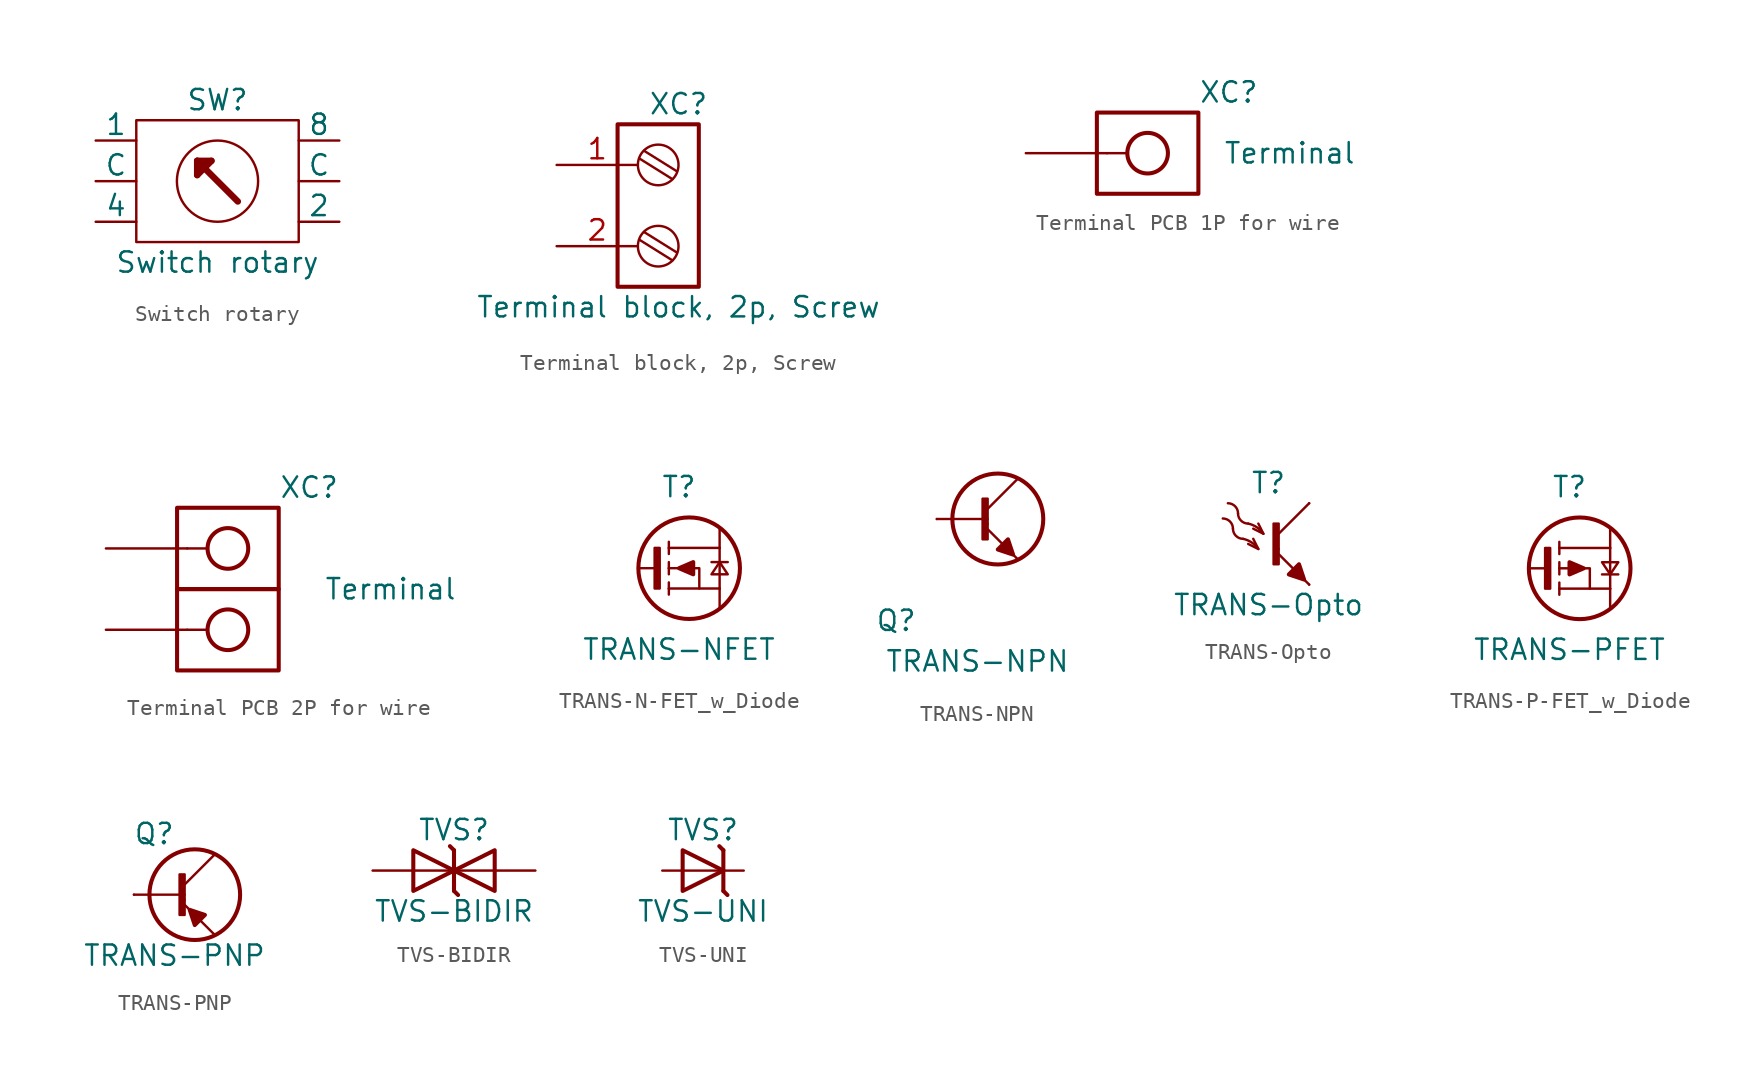
<source format=kicad_sym>
(kicad_symbol_lib
  (version 20241209)
  (generator "kicad_symbol_editor")
  (generator_version "9.0")
  (symbol "Switch rotary"
    (pin_numbers
      (hide yes))
    (pin_names
      (offset 0))
    (property "Reference" "SW"
      (at 0 5.08 0)
      (effects (font (size 1.27 1.27))))
    (property "Value" "Switch rotary"
      (at 0 -5.08 0)
      (effects (font (size 1.27 1.27))))
    (symbol "Switch rotary_0_1"
      (polyline (pts (xy -5.08 3.81) (xy -5.08 -3.81) (xy 5.08 -3.81) (xy 5.08 3.81) (xy -5.08 3.81)) (stroke (width 0) (type default)) (fill (type none)))
      (circle (center 0 0) (radius 2.54) (stroke (width 0) (type default)) (fill (type none))))
    (symbol "Switch rotary_1_1"
      (polyline (pts (xy -1.27 1.27) (xy -1.27 0.381)) (stroke (width 0.406) (type default)) (fill (type none)))
      (polyline (pts (xy -1.27 1.27) (xy -0.381 1.27)) (stroke (width 0.406) (type default)) (fill (type none)))
      (polyline (pts (xy -1.27 1.27) (xy 1.27 -1.27)) (stroke (width 0.406) (type default)) (fill (type none)))
      (polyline (pts (xy -1.27 0.381) (xy -0.381 1.27)) (stroke (width 0.406) (type default)) (fill (type none)))
      (pin passive line (at -7.62 2.54 0) (length 2.54) (name "1" (effects (font (size 1.27 1.27)))) (number "1" (effects (font (size 1.27 1.27)))))
      (pin passive line (at -7.62 0 0) (length 2.54) (name "C" (effects (font (size 1.27 1.27)))) (number "C" (effects (font (size 1.27 1.27)))))
      (pin passive line (at -7.62 -2.54 0) (length 2.54) (name "4" (effects (font (size 1.27 1.27)))) (number "4" (effects (font (size 1.27 1.27)))))
      (pin passive line (at 7.62 2.54 180) (length 2.54) (name "8" (effects (font (size 1.27 1.27)))) (number "8" (effects (font (size 1.27 1.27)))))
      (pin passive line (at 7.62 0 180) (length 2.54) (name "C" (effects (font (size 1.27 1.27)))) (number "C" (effects (font (size 1.27 1.27)))))
      (pin passive line (at 7.62 -2.54 180) (length 2.54) (name "2" (effects (font (size 1.27 1.27)))) (number "2" (effects (font (size 1.27 1.27)))))))
  (symbol "Terminal block, 2p, Screw"
    (pin_names
      (offset 1.016)
      (hide yes))
    (property "Reference" "XC"
      (at 0 6.35 0)
      (effects (font (size 1.27 1.27))))
    (property "Value" "Terminal block, 2p, Screw"
      (at 0 -6.35 0)
      (effects (font (size 1.27 1.27))))
    (symbol "Terminal block, 2p, Screw_0_1"
      (polyline (pts (xy -2.413 2.921) (xy -0.381 1.651)) (stroke (width 0) (type default)) (fill (type none)))
      (polyline (pts (xy -2.413 -2.159) (xy -0.381 -3.429)) (stroke (width 0) (type default)) (fill (type none)))
      (polyline (pts (xy -2.159 3.429) (xy -0.127 2.159)) (stroke (width 0) (type default)) (fill (type none)))
      (polyline (pts (xy -2.159 -1.651) (xy -0.127 -2.921)) (stroke (width 0) (type default)) (fill (type none)))
      (circle (center -1.27 2.54) (radius 1.27) (stroke (width 0) (type default)) (fill (type none)))
      (circle (center -1.27 -2.54) (radius 1.27) (stroke (width 0) (type default)) (fill (type none))))
    (symbol "Terminal block, 2p, Screw_1_1"
      (rectangle (start -3.81 5.08) (end 1.27 -5.08) (stroke (width 0.254) (type default)) (fill (type none)))
      (pin passive line (at -7.62 2.54 0) (length 5.08) (name "1" (effects (font (size 1.27 1.27)))) (number "1" (effects (font (size 1.27 1.27)))))
      (pin passive line (at -7.62 -2.54 0) (length 5.08) (name "2" (effects (font (size 1.27 1.27)))) (number "2" (effects (font (size 1.27 1.27)))))))
  (symbol "Terminal PCB 1P for wire"
    (pin_numbers
      (hide yes))
    (pin_names
      (offset 1.016)
      (hide yes))
    (property "Reference" "XC"
      (at 5.08 3.81 0)
      (effects (font (size 1.27 1.27))))
    (property "Value" "Terminal"
      (at 8.89 0 0)
      (effects (font (size 1.27 1.27))))
    (symbol "Terminal PCB 1P for wire_1_0"
      (polyline (pts (xy -2.54 0) (xy -1.27 0)) (stroke (width 0) (type default)) (fill (type none))))
    (symbol "Terminal PCB 1P for wire_1_1"
      (rectangle (start -3.175 2.54) (end 3.175 -2.54) (stroke (width 0.254) (type default)) (fill (type none)))
      (circle (center 0 0) (radius 1.27) (stroke (width 0.254) (type default)) (fill (type none)))
      (pin passive line (at -7.62 0 0) (length 5.08) (name "1" (effects (font (size 1.27 1.27)))) (number "1" (effects (font (size 1.27 1.27)))))))
  (symbol "Terminal PCB 2P for wire"
    (pin_numbers
      (hide yes))
    (pin_names
      (offset 1.016)
      (hide yes))
    (property "Reference" "XC"
      (at 5.08 6.35 0)
      (effects (font (size 1.27 1.27))))
    (property "Value" "Terminal"
      (at 10.16 0 0)
      (effects (font (size 1.27 1.27))))
    (symbol "Terminal PCB 2P for wire_1_0"
      (polyline (pts (xy -2.54 2.54) (xy -1.27 2.54)) (stroke (width 0) (type default)) (fill (type none)))
      (polyline (pts (xy -2.54 -2.54) (xy -1.27 -2.54)) (stroke (width 0) (type default)) (fill (type none))))
    (symbol "Terminal PCB 2P for wire_1_1"
      (rectangle (start -3.175 5.08) (end 3.175 0) (stroke (width 0.254) (type default)) (fill (type none)))
      (rectangle (start -3.175 0) (end 3.175 -5.08) (stroke (width 0.254) (type default)) (fill (type none)))
      (circle (center 0 2.54) (radius 1.27) (stroke (width 0.254) (type default)) (fill (type none)))
      (circle (center 0 -2.54) (radius 1.27) (stroke (width 0.254) (type default)) (fill (type none)))
      (pin passive line (at -7.62 2.54 0) (length 5.08) (name "1" (effects (font (size 1.27 1.27)))) (number "1" (effects (font (size 1.27 1.27)))))
      (pin passive line (at -7.62 -2.54 0) (length 5.08) (name "2" (effects (font (size 1.27 1.27)))) (number "2" (effects (font (size 1.27 1.27)))))))
  (symbol "TRANS-N-FET_w_Diode"
    (pin_numbers
      (hide yes))
    (pin_names
      (offset 1.016)
      (hide yes))
    (property "Reference" "T"
      (at 0 5.08 0)
      (effects (font (size 1.27 1.27))))
    (property "Value" "TRANS-NFET"
      (at 0 -5.08 0)
      (effects (font (size 1.27 1.27))))
    (symbol "TRANS-N-FET_w_Diode_0_0"
      (polyline (pts (xy -0.635 1.27) (xy -0.635 1.651)) (stroke (width 0) (type solid)) (fill (type none)))
      (polyline (pts (xy -0.635 1.27) (xy -0.635 0.889)) (stroke (width 0) (type solid)) (fill (type none)))
      (polyline (pts (xy -0.635 0) (xy -0.635 0.381)) (stroke (width 0) (type solid)) (fill (type none)))
      (polyline (pts (xy -0.635 0) (xy -0.635 -0.381)) (stroke (width 0) (type solid)) (fill (type none)))
      (polyline (pts (xy -0.635 0) (xy -0.127 0) (xy 0.635 0) (xy 1.27 0) (xy 1.27 -1.27)) (stroke (width 0) (type solid)) (fill (type none)))
      (polyline (pts (xy -0.635 -1.27) (xy -0.635 -0.889)) (stroke (width 0) (type solid)) (fill (type none)))
      (polyline (pts (xy -0.635 -1.27) (xy -0.635 -1.651)) (stroke (width 0) (type solid)) (fill (type none)))
      (polyline (pts (xy 2.032 0.381) (xy 3.048 0.381)) (stroke (width 0) (type solid)) (fill (type none)))
      (polyline (pts (xy 2.032 -0.381) (xy 3.048 -0.381) (xy 2.54 0.381) (xy 2.032 -0.381)) (stroke (width 0) (type solid)) (fill (type none)))
      (polyline (pts (xy 2.54 1.27) (xy -0.635 1.27)) (stroke (width 0) (type solid)) (fill (type none)))
      (polyline (pts (xy 2.54 1.27) (xy 2.54 2.54)) (stroke (width 0) (type solid)) (fill (type none)))
      (polyline (pts (xy 2.54 1.27) (xy 2.54 -1.27)) (stroke (width 0) (type solid)) (fill (type none)))
      (polyline (pts (xy 2.54 -1.27) (xy -0.635 -1.27)) (stroke (width 0) (type solid)) (fill (type none)))
      (polyline (pts (xy 2.54 -2.54) (xy 2.54 -1.27)) (stroke (width 0) (type solid)) (fill (type none))))
    (symbol "TRANS-N-FET_w_Diode_0_1"
      (polyline (pts (xy -2.54 0) (xy -1.27 0)) (stroke (width 0) (type default)) (fill (type none)))
      (rectangle (start -1.524 1.27) (end -1.206 -1.27) (stroke (width 0) (type default)) (fill (type outline)))
      (polyline (pts (xy 0 0) (xy 0.889 -0.381) (xy 0.889 0.381) (xy 0 0)) (stroke (width 0.254) (type default)) (fill (type outline))))
    (symbol "TRANS-N-FET_w_Diode_1_0"
      (circle (center 0.635 0) (radius 3.175) (stroke (width 0.254) (type solid)) (fill (type none))))
    (symbol "TRANS-N-FET_w_Diode_1_1"
      (pin passive line (at -2.54 0 0) (length 0) (name "G" (effects (font (size 1.27 1.27)))) (number "G" (effects (font (size 1.27 1.27)))))
      (pin passive line (at 2.54 2.54 180) (length 0) (name "D" (effects (font (size 1.27 1.27)))) (number "D" (effects (font (size 1.27 1.27)))))
      (pin passive line (at 2.54 -2.54 180) (length 0) (name "S" (effects (font (size 1.27 1.27)))) (number "S" (effects (font (size 1.27 1.27)))))))
  (symbol "TRANS-NPN"
    (pin_numbers
      (hide yes))
    (pin_names
      (offset 1.016)
      (hide yes))
    (property "Reference" "Q"
      (at -5.08 -6.35 0)
      (effects (font (size 1.27 1.27))))
    (property "Value" "TRANS-NPN"
      (at 0 -8.89 0)
      (effects (font (size 1.27 1.27))))
    (symbol "TRANS-NPN_0_1"
      (polyline (pts (xy -2.54 0) (xy 0.635 0)) (stroke (width 0) (type default)) (fill (type none)))
      (rectangle (start 0.318 1.27) (end 0.635 -1.27) (stroke (width 0) (type default)) (fill (type outline)))
      (rectangle (start 0.635 -0.318) (end 0.635 -0.318) (stroke (width 0) (type default)) (fill (type none)))
      (polyline (pts (xy 0.635 -0.635) (xy 2.54 -2.54)) (stroke (width 0) (type default)) (fill (type none)))
      (polyline (pts (xy 2.223 -2.223) (xy 1.905 -1.27) (xy 1.27 -1.905) (xy 2.223 -2.223)) (stroke (width 0.254) (type default)) (fill (type outline)))
      (polyline (pts (xy 2.54 2.54) (xy 0.635 0.635)) (stroke (width 0) (type default)) (fill (type none))))
    (symbol "TRANS-NPN_1_0"
      (circle (center 1.27 0) (radius 2.84) (stroke (width 0.254) (type solid)) (fill (type none))))
    (symbol "TRANS-NPN_1_1"
      (pin passive line (at -2.54 0 0) (length 0) (name "B" (effects (font (size 1.27 1.27)))) (number "B" (effects (font (size 1.27 1.27)))))
      (pin passive line (at 2.54 2.54 180) (length 0) (name "C" (effects (font (size 1.27 1.27)))) (number "C" (effects (font (size 1.27 1.27)))))
      (pin passive line (at 2.54 -2.54 180) (length 0) (name "E" (effects (font (size 1.27 1.27)))) (number "E" (effects (font (size 1.27 1.27)))))))
  (symbol "TRANS-Opto"
    (pin_numbers
      (hide yes))
    (pin_names
      (offset 1.016)
      (hide yes))
    (property "Reference" "T"
      (at 0 3.81 0)
      (effects (font (size 1.27 1.27))))
    (property "Value" "TRANS-Opto"
      (at 0 -3.81 0)
      (effects (font (size 1.27 1.27))))
    (symbol "TRANS-Opto_0_1"
      (arc (start -2.8554 1.5896) (mid -2.407 1.403) (end -2.2204 0.9546) (stroke (width 0) (type default)) (fill (type none)))
      (arc (start -2.5379 2.5421) (mid -2.0895 2.3555) (end -1.9029 1.9071) (stroke (width 0) (type default)) (fill (type none)))
      (arc (start -1.5875 0.3175) (mid -1.0507 0.0909) (end -0.635 -0.3175) (stroke (width 0) (type default)) (fill (type none)))
      (arc (start -1.27 1.27) (mid -0.7332 1.0434) (end -0.3175 0.635) (stroke (width 0) (type default)) (fill (type none)))
      (arc (start -1.5875 0.3175) (mid -2.0359 0.5041) (end -2.2225 0.9525) (stroke (width 0) (type default)) (fill (type none)))
      (polyline (pts (xy -1.27 0) (xy -0.635 -0.318) (xy -0.953 0.318)) (stroke (width 0) (type default)) (fill (type none)))
      (arc (start -1.27 1.27) (mid -1.7184 1.4566) (end -1.905 1.905) (stroke (width 0) (type default)) (fill (type none)))
      (polyline (pts (xy -0.953 0.953) (xy -0.318 0.635) (xy -0.635 1.27)) (stroke (width 0) (type default)) (fill (type none)))
      (rectangle (start 0.318 1.27) (end 0.635 -1.27) (stroke (width 0) (type default)) (fill (type outline)))
      (rectangle (start 0.635 -0.318) (end 0.635 -0.318) (stroke (width 0) (type default)) (fill (type none)))
      (polyline (pts (xy 0.635 -0.635) (xy 2.54 -2.54)) (stroke (width 0) (type default)) (fill (type none)))
      (polyline (pts (xy 2.223 -2.223) (xy 1.905 -1.27) (xy 1.27 -1.905) (xy 2.223 -2.223)) (stroke (width 0.254) (type default)) (fill (type outline)))
      (polyline (pts (xy 2.54 2.54) (xy 0.635 0.635)) (stroke (width 0) (type default)) (fill (type none))))
    (symbol "TRANS-Opto_1_1"
      (pin passive line (at 2.54 2.54 180) (length 0) (name "C" (effects (font (size 1.27 1.27)))) (number "4" (effects (font (size 1.27 1.27)))))
      (pin passive line (at 2.54 -2.54 180) (length 0) (name "E" (effects (font (size 1.27 1.27)))) (number "1" (effects (font (size 1.27 1.27)))))))
  (symbol "TRANS-P-FET_w_Diode"
    (pin_numbers
      (hide yes))
    (pin_names
      (offset 1.016)
      (hide yes))
    (property "Reference" "T"
      (at 0 5.08 0)
      (effects (font (size 1.27 1.27))))
    (property "Value" "TRANS-PFET"
      (at 0 -5.08 0)
      (effects (font (size 1.27 1.27))))
    (symbol "TRANS-P-FET_w_Diode_0_0"
      (polyline (pts (xy -0.635 1.27) (xy -0.635 1.651)) (stroke (width 0) (type solid)) (fill (type none)))
      (polyline (pts (xy -0.635 1.27) (xy -0.635 0.889)) (stroke (width 0) (type solid)) (fill (type none)))
      (polyline (pts (xy -0.635 0) (xy -0.635 0.381)) (stroke (width 0) (type solid)) (fill (type none)))
      (polyline (pts (xy -0.635 0) (xy -0.635 -0.381)) (stroke (width 0) (type solid)) (fill (type none)))
      (polyline (pts (xy -0.635 0) (xy -0.127 0) (xy 0.635 0) (xy 1.27 0) (xy 1.27 -1.27)) (stroke (width 0) (type solid)) (fill (type none)))
      (polyline (pts (xy -0.635 -1.27) (xy -0.635 -0.889)) (stroke (width 0) (type solid)) (fill (type none)))
      (polyline (pts (xy -0.635 -1.27) (xy -0.635 -1.651)) (stroke (width 0) (type solid)) (fill (type none)))
      (polyline (pts (xy 2.54 1.27) (xy -0.635 1.27)) (stroke (width 0) (type solid)) (fill (type none)))
      (polyline (pts (xy 2.54 1.27) (xy 2.54 2.54)) (stroke (width 0) (type solid)) (fill (type none)))
      (polyline (pts (xy 2.54 1.27) (xy 2.54 -1.27)) (stroke (width 0) (type solid)) (fill (type none)))
      (polyline (pts (xy 2.54 -1.27) (xy -0.635 -1.27)) (stroke (width 0) (type solid)) (fill (type none)))
      (polyline (pts (xy 2.54 -2.54) (xy 2.54 -1.27)) (stroke (width 0) (type solid)) (fill (type none)))
      (polyline (pts (xy 3.048 0.381) (xy 2.032 0.381) (xy 2.54 -0.381) (xy 3.048 0.381)) (stroke (width 0) (type solid)) (fill (type none)))
      (polyline (pts (xy 3.048 -0.381) (xy 2.032 -0.381)) (stroke (width 0) (type solid)) (fill (type none))))
    (symbol "TRANS-P-FET_w_Diode_0_1"
      (polyline (pts (xy -2.54 0) (xy -1.27 0)) (stroke (width 0) (type default)) (fill (type none)))
      (rectangle (start -1.524 1.27) (end -1.206 -1.27) (stroke (width 0) (type default)) (fill (type outline)))
      (polyline (pts (xy 0.889 0) (xy 0 -0.381) (xy 0 0.381) (xy 0.889 0)) (stroke (width 0.254) (type default)) (fill (type outline))))
    (symbol "TRANS-P-FET_w_Diode_1_0"
      (circle (center 0.635 0) (radius 3.175) (stroke (width 0.254) (type solid)) (fill (type none))))
    (symbol "TRANS-P-FET_w_Diode_1_1"
      (pin passive line (at -2.54 0 0) (length 0) (name "G" (effects (font (size 1.27 1.27)))) (number "G" (effects (font (size 1.27 1.27)))))
      (pin passive line (at 2.54 2.54 180) (length 0) (name "D" (effects (font (size 1.27 1.27)))) (number "D" (effects (font (size 1.27 1.27)))))
      (pin passive line (at 2.54 -2.54 180) (length 0) (name "S" (effects (font (size 1.27 1.27)))) (number "S" (effects (font (size 1.27 1.27)))))))
  (symbol "TRANS-PNP"
    (pin_numbers
      (hide yes))
    (pin_names
      (offset 1.016)
      (hide yes))
    (property "Reference" "Q"
      (at -1.27 3.81 0)
      (effects (font (size 1.27 1.27))))
    (property "Value" "TRANS-PNP"
      (at 0 -3.81 0)
      (effects (font (size 1.27 1.27))))
    (symbol "TRANS-PNP_0_1"
      (polyline (pts (xy -2.54 0) (xy 0.635 0)) (stroke (width 0) (type default)) (fill (type none)))
      (rectangle (start 0.318 1.27) (end 0.635 -1.27) (stroke (width 0) (type default)) (fill (type outline)))
      (rectangle (start 0.635 -0.318) (end 0.635 -0.318) (stroke (width 0) (type default)) (fill (type none)))
      (polyline (pts (xy 0.635 -0.635) (xy 2.54 -2.54)) (stroke (width 0) (type default)) (fill (type none)))
      (polyline (pts (xy 0.953 -0.953) (xy 1.27 -1.905) (xy 1.905 -1.27) (xy 0.953 -0.953)) (stroke (width 0.254) (type default)) (fill (type outline)))
      (polyline (pts (xy 2.54 2.54) (xy 0.635 0.635)) (stroke (width 0) (type default)) (fill (type none))))
    (symbol "TRANS-PNP_1_0"
      (circle (center 1.27 0) (radius 2.84) (stroke (width 0.254) (type solid)) (fill (type none))))
    (symbol "TRANS-PNP_1_1"
      (pin passive line (at -2.54 0 0) (length 0) (name "B" (effects (font (size 1.27 1.27)))) (number "B" (effects (font (size 1.27 1.27)))))
      (pin passive line (at 2.54 2.54 180) (length 0) (name "C" (effects (font (size 1.27 1.27)))) (number "C" (effects (font (size 1.27 1.27)))))
      (pin passive line (at 2.54 -2.54 180) (length 0) (name "E" (effects (font (size 1.27 1.27)))) (number "E" (effects (font (size 1.27 1.27)))))))
  (symbol "TVS-BIDIR"
    (pin_numbers
      (hide yes))
    (pin_names
      (offset 0)
      (hide yes))
    (property "Reference" "TVS"
      (at 0 2.54 0)
      (effects (font (size 1.27 1.27))))
    (property "Value" "TVS-BIDIR"
      (at 0 -2.54 0)
      (effects (font (size 1.27 1.27))))
    (symbol "TVS-BIDIR_0_0"
      (polyline (pts (xy 0 0) (xy -2.54 0)) (stroke (width 0.152) (type default)) (fill (type none)))
      (polyline (pts (xy 2.54 0) (xy 0 0)) (stroke (width 0.152) (type default)) (fill (type none))))
    (symbol "TVS-BIDIR_0_1"
      (polyline (pts (xy -2.54 1.27) (xy -2.54 -1.27) (xy 0 0) (xy -2.54 1.27)) (stroke (width 0.254) (type default)) (fill (type none)))
      (polyline (pts (xy 0 1.27) (xy -0.254 1.524)) (stroke (width 0.254) (type default)) (fill (type none)))
      (polyline (pts (xy 0 1.27) (xy 0 -1.27)) (stroke (width 0.254) (type default)) (fill (type none)))
      (polyline (pts (xy 0.254 -1.524) (xy 0 -1.27)) (stroke (width 0.254) (type default)) (fill (type none)))
      (polyline (pts (xy 2.54 -1.27) (xy 2.54 1.27) (xy 0 0) (xy 2.54 -1.27)) (stroke (width 0.254) (type default)) (fill (type none))))
    (symbol "TVS-BIDIR_1_1"
      (pin passive line (at -5.08 0 0) (length 2.54) (name "AC2" (effects (font (size 1.27 1.27)))) (number "2" (effects (font (size 1.27 1.27)))))
      (pin passive line (at 5.08 0 180) (length 2.54) (name "AC1" (effects (font (size 1.27 1.27)))) (number "1" (effects (font (size 1.27 1.27)))))))
  (symbol "TVS-UNI"
    (pin_numbers
      (hide yes))
    (pin_names
      (offset 0)
      (hide yes))
    (property "Reference" "TVS"
      (at 0 2.54 0)
      (effects (font (size 1.27 1.27))))
    (property "Value" "TVS-UNI"
      (at 0 -2.54 0)
      (effects (font (size 1.27 1.27))))
    (symbol "TVS-UNI_0_0"
      (polyline (pts (xy 1.27 0) (xy -1.27 0)) (stroke (width 0.152) (type default)) (fill (type none))))
    (symbol "TVS-UNI_0_1"
      (polyline (pts (xy -1.27 1.27) (xy -1.27 -1.27) (xy 1.27 0) (xy -1.27 1.27)) (stroke (width 0.254) (type default)) (fill (type none)))
      (polyline (pts (xy 1.27 1.27) (xy 1.016 1.524)) (stroke (width 0.254) (type default)) (fill (type none)))
      (polyline (pts (xy 1.27 1.27) (xy 1.27 -1.27)) (stroke (width 0.254) (type default)) (fill (type none)))
      (polyline (pts (xy 1.524 -1.524) (xy 1.27 -1.27)) (stroke (width 0.254) (type default)) (fill (type none))))
    (symbol "TVS-UNI_1_1"
      (pin passive line (at -2.54 0 0) (length 1.27) (name "A" (effects (font (size 1.27 1.27)))) (number "2" (effects (font (size 1.27 1.27)))))
      (pin passive line (at 2.54 0 180) (length 1.27) (name "C" (effects (font (size 1.27 1.27)))) (number "1" (effects (font (size 1.27 1.27))))))))
</source>
